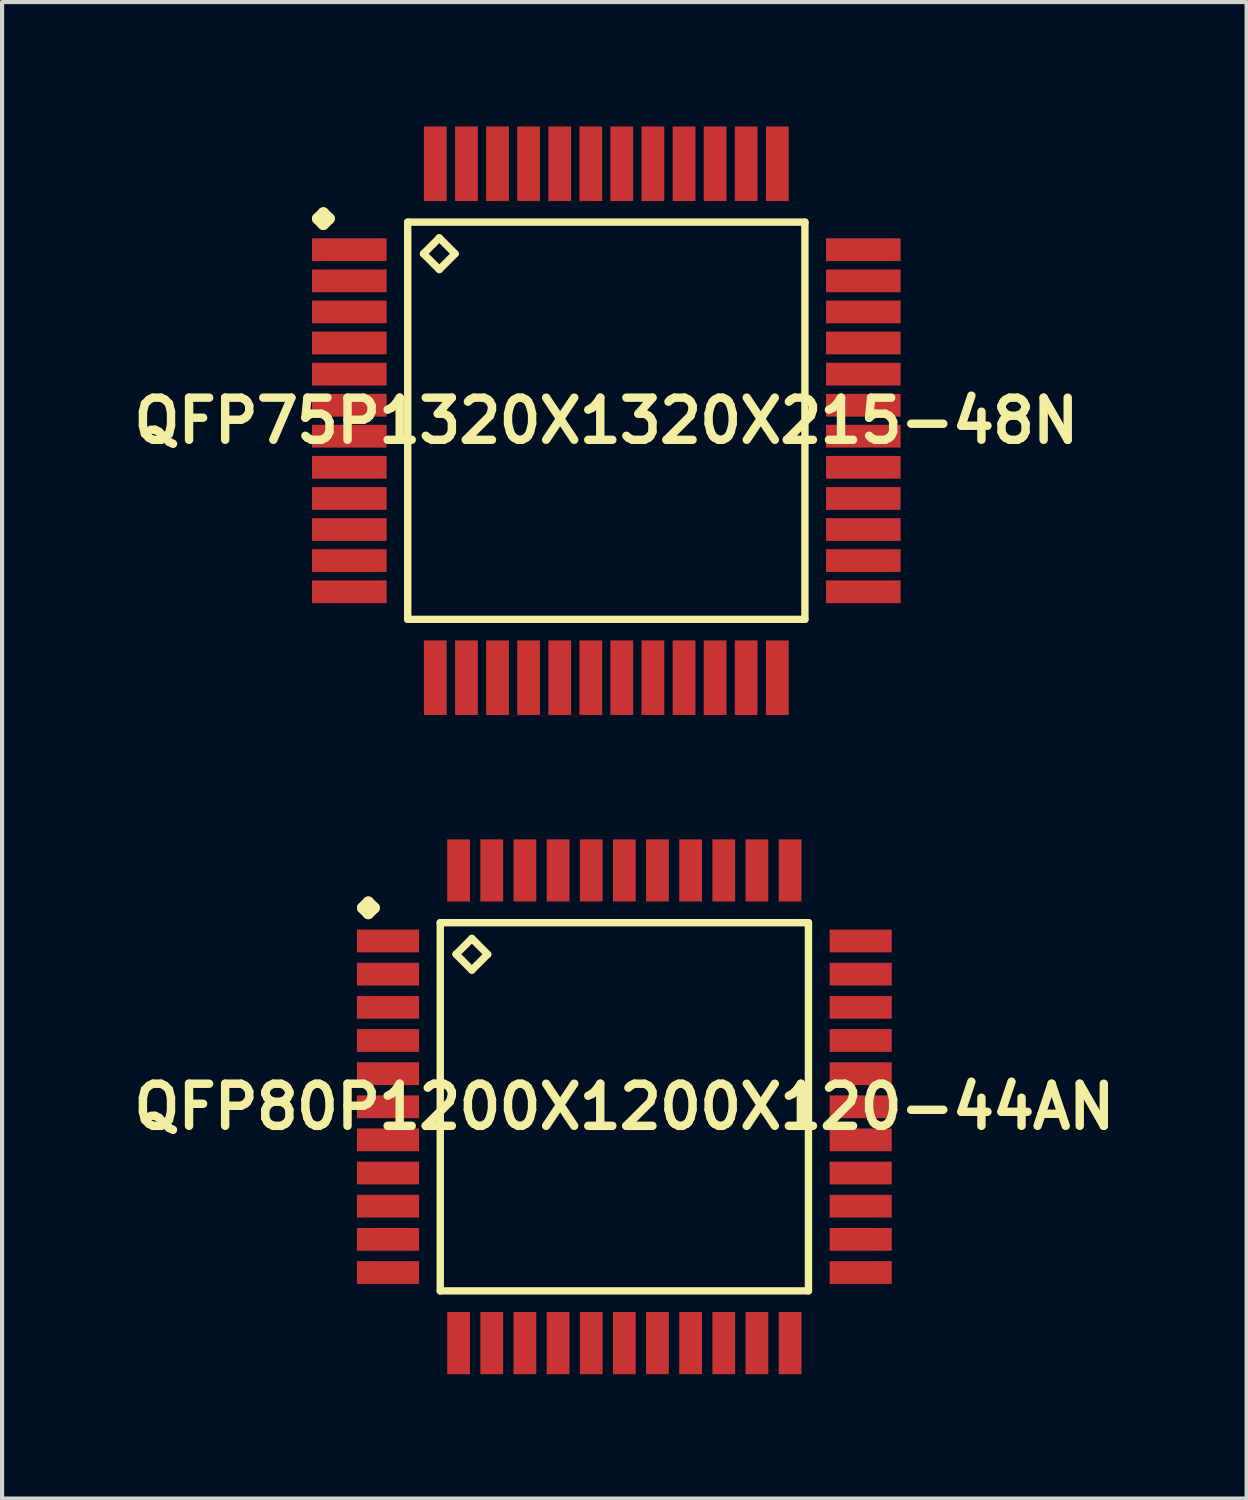
<source format=kicad_pcb>
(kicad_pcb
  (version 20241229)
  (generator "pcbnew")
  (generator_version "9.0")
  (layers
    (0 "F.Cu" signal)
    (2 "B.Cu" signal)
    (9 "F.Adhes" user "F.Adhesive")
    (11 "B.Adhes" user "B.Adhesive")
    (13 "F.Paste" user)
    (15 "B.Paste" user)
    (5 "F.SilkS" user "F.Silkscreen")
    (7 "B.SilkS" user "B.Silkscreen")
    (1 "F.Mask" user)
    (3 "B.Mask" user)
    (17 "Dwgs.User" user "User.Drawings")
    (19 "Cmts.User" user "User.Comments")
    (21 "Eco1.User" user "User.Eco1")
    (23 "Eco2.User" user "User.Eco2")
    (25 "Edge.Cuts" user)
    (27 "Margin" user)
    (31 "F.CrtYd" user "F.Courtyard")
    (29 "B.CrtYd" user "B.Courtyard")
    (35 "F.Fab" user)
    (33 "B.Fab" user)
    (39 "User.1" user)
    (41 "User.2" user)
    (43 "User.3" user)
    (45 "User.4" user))
  (footprint "QFP75P1320X1320X215-48N"
    (layer "F.Cu")
    (at 11.573 7.097)
    (property "Reference" "QFP75P1320X1320X215-48N" (at 0 0 0) (layer "F.SilkS") (effects (font (size 1.016 1.016) (thickness 0.203))))
    (attr smd)
    (fp_line (start -6.962 -4.874) (end -6.825 -5.011) (stroke (width 0.274) (type solid)) (layer "F.SilkS"))
    (fp_line (start -6.825 -5.011) (end -6.685 -4.874) (stroke (width 0.274) (type solid)) (layer "F.SilkS"))
    (fp_line (start -6.825 -4.737) (end -6.962 -4.874) (stroke (width 0.274) (type solid)) (layer "F.SilkS"))
    (fp_line (start -6.685 -4.874) (end -6.825 -4.737) (stroke (width 0.274) (type solid)) (layer "F.SilkS"))
    (fp_line (start -4.79 -4.79) (end -4.79 4.79) (stroke (width 0.178) (type solid)) (layer "F.SilkS"))
    (fp_line (start -4.79 4.79) (end 4.79 4.79) (stroke (width 0.178) (type solid)) (layer "F.SilkS"))
    (fp_line (start -4.409 -4.028) (end -4.028 -4.409) (stroke (width 0.178) (type solid)) (layer "F.SilkS"))
    (fp_line (start -4.028 -4.409) (end -3.647 -4.028) (stroke (width 0.178) (type solid)) (layer "F.SilkS"))
    (fp_line (start -4.028 -3.647) (end -4.409 -4.028) (stroke (width 0.178) (type solid)) (layer "F.SilkS"))
    (fp_line (start -3.647 -4.028) (end -4.028 -3.647) (stroke (width 0.178) (type solid)) (layer "F.SilkS"))
    (fp_line (start 4.79 -4.79) (end -4.79 -4.79) (stroke (width 0.178) (type solid)) (layer "F.SilkS"))
    (fp_line (start 4.79 4.79) (end 4.79 -4.79) (stroke (width 0.178) (type solid)) (layer "F.SilkS"))
    (pad "1" smd rect (at -6.198 -4.125) (size 1.798 0.549) (layers "F.Cu" "F.Mask" "F.Paste"))
    (pad "2" smd rect (at -6.198 -3.373) (size 1.798 0.549) (layers "F.Cu" "F.Mask" "F.Paste"))
    (pad "3" smd rect (at -6.198 -2.624) (size 1.798 0.549) (layers "F.Cu" "F.Mask" "F.Paste"))
    (pad "4" smd rect (at -6.198 -1.875) (size 1.798 0.549) (layers "F.Cu" "F.Mask" "F.Paste"))
    (pad "5" smd rect (at -6.198 -1.123) (size 1.798 0.549) (layers "F.Cu" "F.Mask" "F.Paste"))
    (pad "6" smd rect (at -6.198 -0.373) (size 1.798 0.549) (layers "F.Cu" "F.Mask" "F.Paste"))
    (pad "7" smd rect (at -6.198 0.373) (size 1.798 0.549) (layers "F.Cu" "F.Mask" "F.Paste"))
    (pad "8" smd rect (at -6.198 1.123) (size 1.798 0.549) (layers "F.Cu" "F.Mask" "F.Paste"))
    (pad "9" smd rect (at -6.198 1.875) (size 1.798 0.549) (layers "F.Cu" "F.Mask" "F.Paste"))
    (pad "10" smd rect (at -6.198 2.624) (size 1.798 0.549) (layers "F.Cu" "F.Mask" "F.Paste"))
    (pad "11" smd rect (at -6.198 3.373) (size 1.798 0.549) (layers "F.Cu" "F.Mask" "F.Paste"))
    (pad "12" smd rect (at -6.198 4.125) (size 1.798 0.549) (layers "F.Cu" "F.Mask" "F.Paste"))
    (pad "13" smd rect (at -4.125 6.198) (size 0.549 1.798) (layers "F.Cu" "F.Mask" "F.Paste"))
    (pad "14" smd rect (at -3.373 6.198) (size 0.549 1.798) (layers "F.Cu" "F.Mask" "F.Paste"))
    (pad "15" smd rect (at -2.624 6.198) (size 0.549 1.798) (layers "F.Cu" "F.Mask" "F.Paste"))
    (pad "16" smd rect (at -1.875 6.198) (size 0.549 1.798) (layers "F.Cu" "F.Mask" "F.Paste"))
    (pad "17" smd rect (at -1.123 6.198) (size 0.549 1.798) (layers "F.Cu" "F.Mask" "F.Paste"))
    (pad "18" smd rect (at -0.373 6.198) (size 0.549 1.798) (layers "F.Cu" "F.Mask" "F.Paste"))
    (pad "19" smd rect (at 0.373 6.198) (size 0.549 1.798) (layers "F.Cu" "F.Mask" "F.Paste"))
    (pad "20" smd rect (at 1.123 6.198) (size 0.549 1.798) (layers "F.Cu" "F.Mask" "F.Paste"))
    (pad "21" smd rect (at 1.875 6.198) (size 0.549 1.798) (layers "F.Cu" "F.Mask" "F.Paste"))
    (pad "22" smd rect (at 2.624 6.198) (size 0.549 1.798) (layers "F.Cu" "F.Mask" "F.Paste"))
    (pad "23" smd rect (at 3.373 6.198) (size 0.549 1.798) (layers "F.Cu" "F.Mask" "F.Paste"))
    (pad "24" smd rect (at 4.125 6.198) (size 0.549 1.798) (layers "F.Cu" "F.Mask" "F.Paste"))
    (pad "25" smd rect (at 6.198 4.125) (size 1.798 0.549) (layers "F.Cu" "F.Mask" "F.Paste"))
    (pad "26" smd rect (at 6.198 3.373) (size 1.798 0.549) (layers "F.Cu" "F.Mask" "F.Paste"))
    (pad "27" smd rect (at 6.198 2.624) (size 1.798 0.549) (layers "F.Cu" "F.Mask" "F.Paste"))
    (pad "28" smd rect (at 6.198 1.875) (size 1.798 0.549) (layers "F.Cu" "F.Mask" "F.Paste"))
    (pad "29" smd rect (at 6.198 1.123) (size 1.798 0.549) (layers "F.Cu" "F.Mask" "F.Paste"))
    (pad "30" smd rect (at 6.198 0.373) (size 1.798 0.549) (layers "F.Cu" "F.Mask" "F.Paste"))
    (pad "31" smd rect (at 6.198 -0.373) (size 1.798 0.549) (layers "F.Cu" "F.Mask" "F.Paste"))
    (pad "32" smd rect (at 6.198 -1.123) (size 1.798 0.549) (layers "F.Cu" "F.Mask" "F.Paste"))
    (pad "33" smd rect (at 6.198 -1.875) (size 1.798 0.549) (layers "F.Cu" "F.Mask" "F.Paste"))
    (pad "34" smd rect (at 6.198 -2.624) (size 1.798 0.549) (layers "F.Cu" "F.Mask" "F.Paste"))
    (pad "35" smd rect (at 6.198 -3.373) (size 1.798 0.549) (layers "F.Cu" "F.Mask" "F.Paste"))
    (pad "36" smd rect (at 6.198 -4.125) (size 1.798 0.549) (layers "F.Cu" "F.Mask" "F.Paste"))
    (pad "37" smd rect (at 4.125 -6.198) (size 0.549 1.798) (layers "F.Cu" "F.Mask" "F.Paste"))
    (pad "38" smd rect (at 3.373 -6.198) (size 0.549 1.798) (layers "F.Cu" "F.Mask" "F.Paste"))
    (pad "39" smd rect (at 2.624 -6.198) (size 0.549 1.798) (layers "F.Cu" "F.Mask" "F.Paste"))
    (pad "40" smd rect (at 1.875 -6.198) (size 0.549 1.798) (layers "F.Cu" "F.Mask" "F.Paste"))
    (pad "41" smd rect (at 1.123 -6.198) (size 0.549 1.798) (layers "F.Cu" "F.Mask" "F.Paste"))
    (pad "42" smd rect (at 0.373 -6.198) (size 0.549 1.798) (layers "F.Cu" "F.Mask" "F.Paste"))
    (pad "43" smd rect (at -0.373 -6.198) (size 0.549 1.798) (layers "F.Cu" "F.Mask" "F.Paste"))
    (pad "44" smd rect (at -1.123 -6.198) (size 0.549 1.798) (layers "F.Cu" "F.Mask" "F.Paste"))
    (pad "45" smd rect (at -1.875 -6.198) (size 0.549 1.798) (layers "F.Cu" "F.Mask" "F.Paste"))
    (pad "46" smd rect (at -2.624 -6.198) (size 0.549 1.798) (layers "F.Cu" "F.Mask" "F.Paste"))
    (pad "47" smd rect (at -3.373 -6.198) (size 0.549 1.798) (layers "F.Cu" "F.Mask" "F.Paste"))
    (pad "48" smd rect (at -4.125 -6.198) (size 0.549 1.798) (layers "F.Cu" "F.Mask" "F.Paste")))
  (footprint "QFP80P1200X1200X120-44AN"
    (layer "F.Cu")
    (at 12.008 23.643)
    (property "Reference" "QFP80P1200X1200X120-44AN" (at 0 0 0) (layer "F.SilkS") (effects (font (size 1.016 1.016) (thickness 0.203))))
    (attr smd)
    (fp_line (start -6.312 -4.798) (end -6.175 -4.935) (stroke (width 0.274) (type solid)) (layer "F.SilkS"))
    (fp_line (start -6.175 -4.935) (end -6.035 -4.798) (stroke (width 0.274) (type solid)) (layer "F.SilkS"))
    (fp_line (start -6.175 -4.661) (end -6.312 -4.798) (stroke (width 0.274) (type solid)) (layer "F.SilkS"))
    (fp_line (start -6.035 -4.798) (end -6.175 -4.661) (stroke (width 0.274) (type solid)) (layer "F.SilkS"))
    (fp_line (start -4.44 -4.44) (end -4.44 4.44) (stroke (width 0.178) (type solid)) (layer "F.SilkS"))
    (fp_line (start -4.44 4.44) (end 4.44 4.44) (stroke (width 0.178) (type solid)) (layer "F.SilkS"))
    (fp_line (start -4.059 -3.678) (end -3.678 -4.059) (stroke (width 0.178) (type solid)) (layer "F.SilkS"))
    (fp_line (start -3.678 -4.059) (end -3.297 -3.678) (stroke (width 0.178) (type solid)) (layer "F.SilkS"))
    (fp_line (start -3.678 -3.297) (end -4.059 -3.678) (stroke (width 0.178) (type solid)) (layer "F.SilkS"))
    (fp_line (start -3.297 -3.678) (end -3.678 -3.297) (stroke (width 0.178) (type solid)) (layer "F.SilkS"))
    (fp_line (start 4.44 -4.44) (end -4.44 -4.44) (stroke (width 0.178) (type solid)) (layer "F.SilkS"))
    (fp_line (start 4.44 4.44) (end 4.44 -4.44) (stroke (width 0.178) (type solid)) (layer "F.SilkS"))
    (pad "1" smd rect (at -5.7 -3.998) (size 1.499 0.549) (layers "F.Cu" "F.Mask" "F.Paste"))
    (pad "2" smd rect (at -5.7 -3.198) (size 1.499 0.549) (layers "F.Cu" "F.Mask" "F.Paste"))
    (pad "3" smd rect (at -5.7 -2.398) (size 1.499 0.549) (layers "F.Cu" "F.Mask" "F.Paste"))
    (pad "4" smd rect (at -5.7 -1.598) (size 1.499 0.549) (layers "F.Cu" "F.Mask" "F.Paste"))
    (pad "5" smd rect (at -5.7 -0.798) (size 1.499 0.549) (layers "F.Cu" "F.Mask" "F.Paste"))
    (pad "6" smd rect (at -5.7 0) (size 1.499 0.549) (layers "F.Cu" "F.Mask" "F.Paste"))
    (pad "7" smd rect (at -5.7 0.798) (size 1.499 0.549) (layers "F.Cu" "F.Mask" "F.Paste"))
    (pad "8" smd rect (at -5.7 1.598) (size 1.499 0.549) (layers "F.Cu" "F.Mask" "F.Paste"))
    (pad "9" smd rect (at -5.7 2.398) (size 1.499 0.549) (layers "F.Cu" "F.Mask" "F.Paste"))
    (pad "10" smd rect (at -5.7 3.198) (size 1.499 0.549) (layers "F.Cu" "F.Mask" "F.Paste"))
    (pad "11" smd rect (at -5.7 3.998) (size 1.499 0.549) (layers "F.Cu" "F.Mask" "F.Paste"))
    (pad "12" smd rect (at -3.998 5.7) (size 0.549 1.499) (layers "F.Cu" "F.Mask" "F.Paste"))
    (pad "13" smd rect (at -3.198 5.7) (size 0.549 1.499) (layers "F.Cu" "F.Mask" "F.Paste"))
    (pad "14" smd rect (at -2.398 5.7) (size 0.549 1.499) (layers "F.Cu" "F.Mask" "F.Paste"))
    (pad "15" smd rect (at -1.598 5.7) (size 0.549 1.499) (layers "F.Cu" "F.Mask" "F.Paste"))
    (pad "16" smd rect (at -0.798 5.7) (size 0.549 1.499) (layers "F.Cu" "F.Mask" "F.Paste"))
    (pad "17" smd rect (at 0 5.7) (size 0.549 1.499) (layers "F.Cu" "F.Mask" "F.Paste"))
    (pad "18" smd rect (at 0.798 5.7) (size 0.549 1.499) (layers "F.Cu" "F.Mask" "F.Paste"))
    (pad "19" smd rect (at 1.598 5.7) (size 0.549 1.499) (layers "F.Cu" "F.Mask" "F.Paste"))
    (pad "20" smd rect (at 2.398 5.7) (size 0.549 1.499) (layers "F.Cu" "F.Mask" "F.Paste"))
    (pad "21" smd rect (at 3.198 5.7) (size 0.549 1.499) (layers "F.Cu" "F.Mask" "F.Paste"))
    (pad "22" smd rect (at 3.998 5.7) (size 0.549 1.499) (layers "F.Cu" "F.Mask" "F.Paste"))
    (pad "23" smd rect (at 5.7 3.998) (size 1.499 0.549) (layers "F.Cu" "F.Mask" "F.Paste"))
    (pad "24" smd rect (at 5.7 3.198) (size 1.499 0.549) (layers "F.Cu" "F.Mask" "F.Paste"))
    (pad "25" smd rect (at 5.7 2.398) (size 1.499 0.549) (layers "F.Cu" "F.Mask" "F.Paste"))
    (pad "26" smd rect (at 5.7 1.598) (size 1.499 0.549) (layers "F.Cu" "F.Mask" "F.Paste"))
    (pad "27" smd rect (at 5.7 0.798) (size 1.499 0.549) (layers "F.Cu" "F.Mask" "F.Paste"))
    (pad "28" smd rect (at 5.7 0) (size 1.499 0.549) (layers "F.Cu" "F.Mask" "F.Paste"))
    (pad "29" smd rect (at 5.7 -0.798) (size 1.499 0.549) (layers "F.Cu" "F.Mask" "F.Paste"))
    (pad "30" smd rect (at 5.7 -1.598) (size 1.499 0.549) (layers "F.Cu" "F.Mask" "F.Paste"))
    (pad "31" smd rect (at 5.7 -2.398) (size 1.499 0.549) (layers "F.Cu" "F.Mask" "F.Paste"))
    (pad "32" smd rect (at 5.7 -3.198) (size 1.499 0.549) (layers "F.Cu" "F.Mask" "F.Paste"))
    (pad "33" smd rect (at 5.7 -3.998) (size 1.499 0.549) (layers "F.Cu" "F.Mask" "F.Paste"))
    (pad "34" smd rect (at 3.998 -5.7) (size 0.549 1.499) (layers "F.Cu" "F.Mask" "F.Paste"))
    (pad "35" smd rect (at 3.198 -5.7) (size 0.549 1.499) (layers "F.Cu" "F.Mask" "F.Paste"))
    (pad "36" smd rect (at 2.398 -5.7) (size 0.549 1.499) (layers "F.Cu" "F.Mask" "F.Paste"))
    (pad "37" smd rect (at 1.598 -5.7) (size 0.549 1.499) (layers "F.Cu" "F.Mask" "F.Paste"))
    (pad "38" smd rect (at 0.798 -5.7) (size 0.549 1.499) (layers "F.Cu" "F.Mask" "F.Paste"))
    (pad "39" smd rect (at 0 -5.7) (size 0.549 1.499) (layers "F.Cu" "F.Mask" "F.Paste"))
    (pad "40" smd rect (at -0.798 -5.7) (size 0.549 1.499) (layers "F.Cu" "F.Mask" "F.Paste"))
    (pad "41" smd rect (at -1.598 -5.7) (size 0.549 1.499) (layers "F.Cu" "F.Mask" "F.Paste"))
    (pad "42" smd rect (at -2.398 -5.7) (size 0.549 1.499) (layers "F.Cu" "F.Mask" "F.Paste"))
    (pad "43" smd rect (at -3.198 -5.7) (size 0.549 1.499) (layers "F.Cu" "F.Mask" "F.Paste"))
    (pad "44" smd rect (at -3.998 -5.7) (size 0.549 1.499) (layers "F.Cu" "F.Mask" "F.Paste")))
  (gr_rect
    (start -3 -3)
    (end 27.016 33.092)
    (stroke (width 0.1) (type default))
    (fill no)
    (layer "Edge.Cuts")))
</source>
